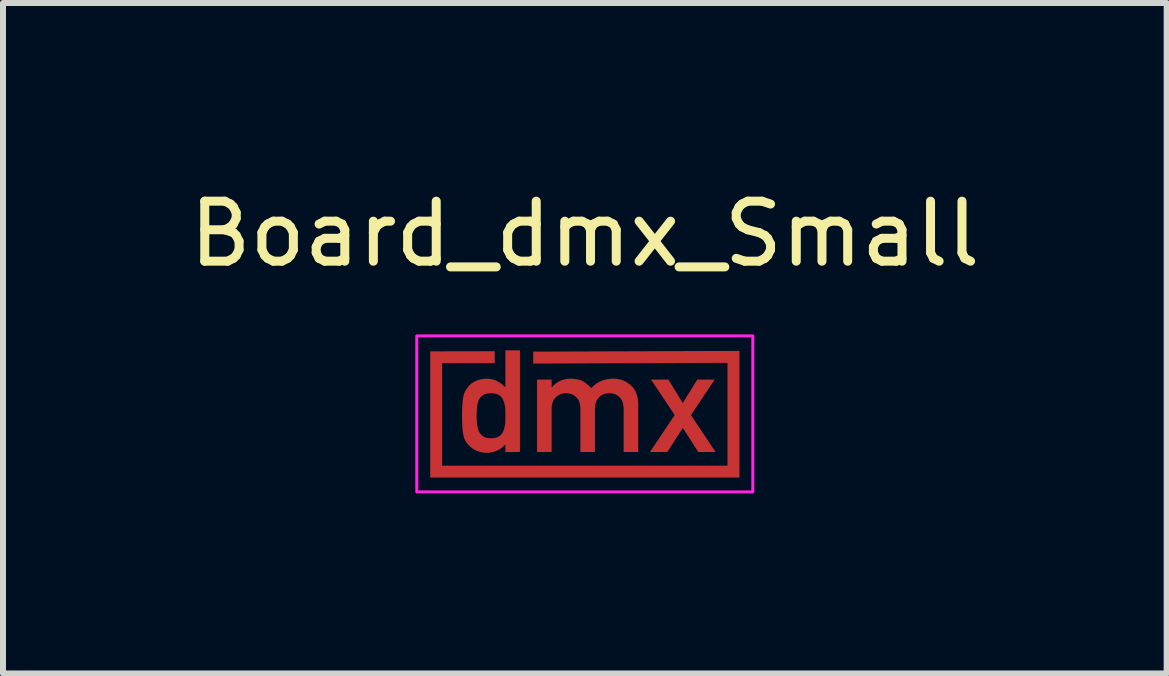
<source format=kicad_pcb>
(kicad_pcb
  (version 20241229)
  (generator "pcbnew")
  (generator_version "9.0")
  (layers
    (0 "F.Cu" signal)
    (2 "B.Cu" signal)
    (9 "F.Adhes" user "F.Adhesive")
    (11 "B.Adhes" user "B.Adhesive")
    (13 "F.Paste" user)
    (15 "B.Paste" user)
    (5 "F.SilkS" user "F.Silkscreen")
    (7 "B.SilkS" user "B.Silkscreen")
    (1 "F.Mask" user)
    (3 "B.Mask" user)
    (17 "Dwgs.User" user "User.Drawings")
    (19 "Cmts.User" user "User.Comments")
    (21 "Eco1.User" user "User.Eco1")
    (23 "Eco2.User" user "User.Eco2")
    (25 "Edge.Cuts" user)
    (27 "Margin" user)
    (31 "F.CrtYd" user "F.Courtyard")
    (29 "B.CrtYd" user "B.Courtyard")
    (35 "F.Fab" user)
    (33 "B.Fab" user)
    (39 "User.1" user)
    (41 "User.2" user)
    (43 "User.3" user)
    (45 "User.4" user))
  (footprint "Board_dmx_Small"
    (layer "F.Cu")
    (at 6.696 3.848)
    (property "Reference" "Board_dmx_Small" (at 0 -3 0) (unlocked yes) (layer "F.SilkS") (effects (font (size 1 1) (thickness 0.15))))
    (attr exclude_from_pos_files exclude_from_bom)
    (fp_poly (pts (xy 1.633 -0.181) (xy 1.874 -0.572) (xy 2.164 -0.572) (xy 1.769 0.019) (xy 2.18 0.635) (xy 1.891 0.635) (xy 1.633 0.233) (xy 1.376 0.635) (xy 1.085 0.635) (xy 1.498 0.019) (xy 1.103 -0.572) (xy 1.393 -0.572)) (stroke (width 0) (type solid)) (fill yes) (layer "F.Cu"))
    (fp_poly (pts (xy 2.577 1.06) (xy -2.577 1.06) (xy -2.577 -1.043) (xy -1.501 -1.045) (xy -1.501 -0.847) (xy -2.378 -0.845) (xy -2.378 0.862) (xy 2.378 0.862) (xy 2.378 -0.851) (xy -0.859 -0.839) (xy -0.86 -1.038) (xy 2.577 -1.05)) (stroke (width 0) (type solid)) (fill yes) (layer "F.Cu"))
    (fp_poly (pts (xy 0.506 -0.587) (xy 0.525 -0.585) (xy 0.543 -0.583) (xy 0.561 -0.58) (xy 0.579 -0.577) (xy 0.596 -0.572) (xy 0.614 -0.567) (xy 0.631 -0.561) (xy 0.648 -0.554) (xy 0.665 -0.546) (xy 0.682 -0.537) (xy 0.698 -0.527) (xy 0.714 -0.517) (xy 0.73 -0.506) (xy 0.746 -0.494) (xy 0.762 -0.481) (xy 0.777 -0.467) (xy 0.791 -0.453) (xy 0.804 -0.438) (xy 0.816 -0.421) (xy 0.827 -0.405) (xy 0.838 -0.387) (xy 0.847 -0.369) (xy 0.856 -0.349) (xy 0.863 -0.329) (xy 0.87 -0.308) (xy 0.875 -0.287) (xy 0.88 -0.264) (xy 0.884 -0.241) (xy 0.887 -0.217) (xy 0.889 -0.193) (xy 0.89 -0.167) (xy 0.89 0.635) (xy 0.647 0.635) (xy 0.647 -0.084) (xy 0.646 -0.099) (xy 0.646 -0.114) (xy 0.644 -0.129) (xy 0.643 -0.143) (xy 0.64 -0.157) (xy 0.637 -0.17) (xy 0.634 -0.183) (xy 0.63 -0.195) (xy 0.626 -0.207) (xy 0.621 -0.218) (xy 0.616 -0.229) (xy 0.61 -0.24) (xy 0.603 -0.249) (xy 0.596 -0.259) (xy 0.589 -0.268) (xy 0.581 -0.276) (xy 0.572 -0.285) (xy 0.563 -0.292) (xy 0.554 -0.299) (xy 0.545 -0.306) (xy 0.535 -0.312) (xy 0.525 -0.318) (xy 0.515 -0.323) (xy 0.505 -0.327) (xy 0.494 -0.331) (xy 0.483 -0.334) (xy 0.471 -0.337) (xy 0.459 -0.34) (xy 0.447 -0.342) (xy 0.435 -0.343) (xy 0.423 -0.344) (xy 0.41 -0.344) (xy 0.397 -0.344) (xy 0.384 -0.343) (xy 0.372 -0.342) (xy 0.36 -0.34) (xy 0.348 -0.337) (xy 0.336 -0.334) (xy 0.325 -0.331) (xy 0.314 -0.327) (xy 0.304 -0.323) (xy 0.293 -0.318) (xy 0.283 -0.312) (xy 0.274 -0.306) (xy 0.264 -0.299) (xy 0.255 -0.292) (xy 0.246 -0.285) (xy 0.238 -0.276) (xy 0.229 -0.268) (xy 0.222 -0.259) (xy 0.214 -0.249) (xy 0.208 -0.24) (xy 0.201 -0.229) (xy 0.196 -0.218) (xy 0.191 -0.207) (xy 0.186 -0.195) (xy 0.182 -0.183) (xy 0.179 -0.17) (xy 0.176 -0.157) (xy 0.173 -0.143) (xy 0.171 -0.129) (xy 0.17 -0.114) (xy 0.169 -0.099) (xy 0.169 -0.084) (xy 0.169 0.635) (xy -0.074 0.635) (xy -0.074 -0.084) (xy -0.074 -0.099) (xy -0.075 -0.114) (xy -0.076 -0.129) (xy -0.078 -0.143) (xy -0.08 -0.157) (xy -0.083 -0.17) (xy -0.087 -0.183) (xy -0.091 -0.195) (xy -0.095 -0.207) (xy -0.1 -0.218) (xy -0.105 -0.229) (xy -0.111 -0.24) (xy -0.118 -0.249) (xy -0.125 -0.259) (xy -0.132 -0.268) (xy -0.14 -0.276) (xy -0.149 -0.285) (xy -0.158 -0.292) (xy -0.167 -0.299) (xy -0.176 -0.306) (xy -0.186 -0.312) (xy -0.196 -0.318) (xy -0.206 -0.323) (xy -0.217 -0.327) (xy -0.228 -0.331) (xy -0.239 -0.334) (xy -0.251 -0.337) (xy -0.262 -0.34) (xy -0.274 -0.342) (xy -0.287 -0.343) (xy -0.299 -0.344) (xy -0.312 -0.344) (xy -0.325 -0.344) (xy -0.338 -0.343) (xy -0.35 -0.342) (xy -0.362 -0.34) (xy -0.374 -0.337) (xy -0.386 -0.334) (xy -0.397 -0.331) (xy -0.408 -0.327) (xy -0.418 -0.323) (xy -0.428 -0.318) (xy -0.438 -0.312) (xy -0.448 -0.306) (xy -0.457 -0.299) (xy -0.466 -0.292) (xy -0.475 -0.285) (xy -0.483 -0.276) (xy -0.492 -0.268) (xy -0.5 -0.259) (xy -0.507 -0.249) (xy -0.514 -0.24) (xy -0.52 -0.229) (xy -0.526 -0.218) (xy -0.531 -0.207) (xy -0.536 -0.195) (xy -0.54 -0.183) (xy -0.543 -0.17) (xy -0.546 -0.157) (xy -0.549 -0.143) (xy -0.551 -0.129) (xy -0.552 -0.114) (xy -0.553 -0.099) (xy -0.553 -0.084) (xy -0.553 0.635) (xy -0.796 0.635) (xy -0.796 -0.572) (xy -0.553 -0.572) (xy -0.553 -0.444) (xy -0.548 -0.444) (xy -0.533 -0.461) (xy -0.517 -0.478) (xy -0.501 -0.493) (xy -0.484 -0.507) (xy -0.466 -0.519) (xy -0.448 -0.531) (xy -0.429 -0.542) (xy -0.41 -0.551) (xy -0.39 -0.56) (xy -0.369 -0.567) (xy -0.348 -0.573) (xy -0.326 -0.578) (xy -0.304 -0.582) (xy -0.281 -0.585) (xy -0.258 -0.586) (xy -0.233 -0.587) (xy -0.218 -0.587) (xy -0.203 -0.586) (xy -0.188 -0.585) (xy -0.174 -0.583) (xy -0.16 -0.582) (xy -0.146 -0.58) (xy -0.133 -0.578) (xy -0.12 -0.575) (xy -0.108 -0.572) (xy -0.096 -0.569) (xy -0.084 -0.566) (xy -0.072 -0.562) (xy -0.062 -0.558) (xy -0.051 -0.554) (xy -0.041 -0.549) (xy -0.031 -0.544) (xy -0.022 -0.538) (xy -0.012 -0.532) (xy -0.003 -0.526) (xy 0.006 -0.52) (xy 0.015 -0.513) (xy 0.024 -0.506) (xy 0.033 -0.499) (xy 0.041 -0.492) (xy 0.05 -0.485) (xy 0.058 -0.478) (xy 0.067 -0.47) (xy 0.075 -0.462) (xy 0.083 -0.454) (xy 0.091 -0.446) (xy 0.1 -0.437) (xy 0.107 -0.429) (xy 0.126 -0.448) (xy 0.144 -0.466) (xy 0.164 -0.483) (xy 0.184 -0.499) (xy 0.205 -0.513) (xy 0.227 -0.526) (xy 0.25 -0.538) (xy 0.273 -0.549) (xy 0.297 -0.558) (xy 0.322 -0.566) (xy 0.348 -0.573) (xy 0.374 -0.578) (xy 0.401 -0.582) (xy 0.429 -0.585) (xy 0.458 -0.587) (xy 0.488 -0.587)) (stroke (width 0) (type solid)) (fill yes) (layer "F.Cu"))
    (fp_poly (pts (xy -1.081 0.635) (xy -1.324 0.635) (xy -1.324 0.508) (xy -1.339 0.525) (xy -1.355 0.54) (xy -1.371 0.555) (xy -1.388 0.568) (xy -1.406 0.58) (xy -1.424 0.592) (xy -1.443 0.602) (xy -1.462 0.611) (xy -1.482 0.62) (xy -1.502 0.627) (xy -1.523 0.633) (xy -1.545 0.638) (xy -1.567 0.643) (xy -1.59 0.646) (xy -1.613 0.648) (xy -1.637 0.649) (xy -1.65 0.648) (xy -1.664 0.648) (xy -1.677 0.647) (xy -1.69 0.645) (xy -1.702 0.643) (xy -1.714 0.641) (xy -1.726 0.639) (xy -1.738 0.636) (xy -1.75 0.633) (xy -1.761 0.63) (xy -1.772 0.627) (xy -1.783 0.623) (xy -1.794 0.618) (xy -1.804 0.614) (xy -1.814 0.609) (xy -1.824 0.604) (xy -1.834 0.598) (xy -1.844 0.593) (xy -1.854 0.587) (xy -1.863 0.581) (xy -1.872 0.575) (xy -1.881 0.568) (xy -1.89 0.562) (xy -1.899 0.555) (xy -1.907 0.548) (xy -1.915 0.541) (xy -1.923 0.533) (xy -1.931 0.525) (xy -1.939 0.517) (xy -1.946 0.509) (xy -1.953 0.501) (xy -1.96 0.492) (xy -1.966 0.485) (xy -1.972 0.477) (xy -1.978 0.469) (xy -1.983 0.461) (xy -1.988 0.452) (xy -1.993 0.444) (xy -1.997 0.434) (xy -2.002 0.425) (xy -2.006 0.415) (xy -2.009 0.405) (xy -2.013 0.394) (xy -2.016 0.384) (xy -2.019 0.373) (xy -2.022 0.361) (xy -2.024 0.35) (xy -2.026 0.338) (xy -2.031 0.312) (xy -2.035 0.283) (xy -2.038 0.251) (xy -2.041 0.214) (xy -2.043 0.174) (xy -2.045 0.13) (xy -2.046 0.082) (xy -2.046 0.031) (xy -1.803 0.031) (xy -1.803 0.048) (xy -1.803 0.065) (xy -1.802 0.081) (xy -1.801 0.098) (xy -1.8 0.115) (xy -1.799 0.131) (xy -1.798 0.148) (xy -1.796 0.164) (xy -1.794 0.181) (xy -1.792 0.198) (xy -1.789 0.214) (xy -1.785 0.229) (xy -1.781 0.244) (xy -1.777 0.259) (xy -1.772 0.274) (xy -1.767 0.288) (xy -1.764 0.294) (xy -1.761 0.3) (xy -1.757 0.306) (xy -1.754 0.312) (xy -1.75 0.318) (xy -1.746 0.324) (xy -1.742 0.33) (xy -1.737 0.335) (xy -1.732 0.34) (xy -1.727 0.345) (xy -1.722 0.351) (xy -1.717 0.355) (xy -1.712 0.36) (xy -1.706 0.365) (xy -1.7 0.369) (xy -1.694 0.373) (xy -1.688 0.377) (xy -1.682 0.381) (xy -1.675 0.384) (xy -1.669 0.388) (xy -1.661 0.391) (xy -1.654 0.393) (xy -1.646 0.396) (xy -1.638 0.398) (xy -1.63 0.4) (xy -1.621 0.401) (xy -1.612 0.403) (xy -1.603 0.404) (xy -1.593 0.405) (xy -1.583 0.405) (xy -1.573 0.406) (xy -1.562 0.406) (xy -1.552 0.406) (xy -1.541 0.405) (xy -1.531 0.405) (xy -1.521 0.404) (xy -1.512 0.403) (xy -1.503 0.401) (xy -1.494 0.399) (xy -1.485 0.397) (xy -1.477 0.395) (xy -1.469 0.392) (xy -1.461 0.39) (xy -1.453 0.386) (xy -1.446 0.383) (xy -1.439 0.379) (xy -1.433 0.375) (xy -1.426 0.371) (xy -1.42 0.367) (xy -1.414 0.362) (xy -1.409 0.358) (xy -1.403 0.353) (xy -1.398 0.348) (xy -1.393 0.343) (xy -1.389 0.338) (xy -1.384 0.332) (xy -1.38 0.327) (xy -1.376 0.321) (xy -1.372 0.315) (xy -1.369 0.309) (xy -1.366 0.303) (xy -1.363 0.296) (xy -1.36 0.29) (xy -1.358 0.283) (xy -1.352 0.269) (xy -1.347 0.255) (xy -1.342 0.24) (xy -1.338 0.225) (xy -1.335 0.209) (xy -1.331 0.193) (xy -1.329 0.177) (xy -1.326 0.161) (xy -1.325 0.128) (xy -1.325 0.095) (xy -1.324 0.063) (xy -1.324 0.031) (xy -1.324 -0.004) (xy -1.325 -0.038) (xy -1.325 -0.071) (xy -1.326 -0.103) (xy -1.329 -0.119) (xy -1.331 -0.135) (xy -1.335 -0.15) (xy -1.338 -0.165) (xy -1.342 -0.18) (xy -1.347 -0.194) (xy -1.352 -0.208) (xy -1.358 -0.222) (xy -1.36 -0.229) (xy -1.363 -0.235) (xy -1.366 -0.242) (xy -1.369 -0.248) (xy -1.372 -0.254) (xy -1.376 -0.26) (xy -1.38 -0.266) (xy -1.384 -0.271) (xy -1.389 -0.277) (xy -1.393 -0.282) (xy -1.398 -0.287) (xy -1.403 -0.292) (xy -1.409 -0.297) (xy -1.414 -0.302) (xy -1.42 -0.306) (xy -1.426 -0.31) (xy -1.433 -0.314) (xy -1.439 -0.318) (xy -1.446 -0.322) (xy -1.453 -0.325) (xy -1.461 -0.328) (xy -1.469 -0.331) (xy -1.477 -0.333) (xy -1.485 -0.336) (xy -1.494 -0.338) (xy -1.503 -0.339) (xy -1.512 -0.341) (xy -1.521 -0.342) (xy -1.531 -0.343) (xy -1.541 -0.343) (xy -1.552 -0.344) (xy -1.562 -0.344) (xy -1.573 -0.344) (xy -1.583 -0.344) (xy -1.593 -0.343) (xy -1.603 -0.342) (xy -1.612 -0.341) (xy -1.621 -0.34) (xy -1.63 -0.338) (xy -1.638 -0.337) (xy -1.646 -0.335) (xy -1.654 -0.333) (xy -1.661 -0.33) (xy -1.669 -0.328) (xy -1.675 -0.325) (xy -1.682 -0.322) (xy -1.688 -0.318) (xy -1.694 -0.315) (xy -1.7 -0.311) (xy -1.706 -0.307) (xy -1.712 -0.302) (xy -1.717 -0.298) (xy -1.722 -0.293) (xy -1.727 -0.288) (xy -1.732 -0.283) (xy -1.737 -0.278) (xy -1.742 -0.272) (xy -1.746 -0.266) (xy -1.75 -0.261) (xy -1.754 -0.255) (xy -1.757 -0.248) (xy -1.761 -0.242) (xy -1.764 -0.236) (xy -1.767 -0.229) (xy -1.772 -0.215) (xy -1.777 -0.201) (xy -1.781 -0.187) (xy -1.785 -0.172) (xy -1.789 -0.157) (xy -1.792 -0.142) (xy -1.794 -0.126) (xy -1.796 -0.11) (xy -1.798 -0.093) (xy -1.799 -0.076) (xy -1.8 -0.058) (xy -1.801 -0.041) (xy -1.802 -0.023) (xy -1.803 -0.005) (xy -1.803 0.013) (xy -1.803 0.031) (xy -2.046 0.031) (xy -2.046 -0.022) (xy -2.045 -0.07) (xy -2.043 -0.115) (xy -2.041 -0.155) (xy -2.038 -0.192) (xy -2.035 -0.225) (xy -2.031 -0.254) (xy -2.029 -0.267) (xy -2.026 -0.279) (xy -2.024 -0.29) (xy -2.022 -0.302) (xy -2.019 -0.312) (xy -2.016 -0.323) (xy -2.013 -0.333) (xy -2.009 -0.344) (xy -2.006 -0.353) (xy -2.002 -0.363) (xy -1.997 -0.372) (xy -1.993 -0.381) (xy -1.988 -0.39) (xy -1.983 -0.398) (xy -1.978 -0.406) (xy -1.972 -0.414) (xy -1.966 -0.422) (xy -1.96 -0.429) (xy -1.947 -0.447) (xy -1.933 -0.465) (xy -1.917 -0.481) (xy -1.901 -0.496) (xy -1.884 -0.51) (xy -1.866 -0.522) (xy -1.848 -0.534) (xy -1.828 -0.544) (xy -1.807 -0.554) (xy -1.786 -0.562) (xy -1.763 -0.569) (xy -1.74 -0.575) (xy -1.715 -0.58) (xy -1.69 -0.583) (xy -1.664 -0.586) (xy -1.637 -0.587) (xy -1.625 -0.587) (xy -1.614 -0.586) (xy -1.602 -0.586) (xy -1.591 -0.585) (xy -1.58 -0.583) (xy -1.569 -0.582) (xy -1.558 -0.58) (xy -1.547 -0.577) (xy -1.536 -0.575) (xy -1.526 -0.572) (xy -1.515 -0.569) (xy -1.505 -0.565) (xy -1.495 -0.562) (xy -1.484 -0.558) (xy -1.474 -0.553) (xy -1.464 -0.549) (xy -1.446 -0.538) (xy -1.428 -0.527) (xy -1.41 -0.515) (xy -1.393 -0.502) (xy -1.375 -0.489) (xy -1.358 -0.474) (xy -1.341 -0.46) (xy -1.324 -0.444) (xy -1.324 -1.06) (xy -1.081 -1.06)) (stroke (width 0) (type solid)) (fill yes) (layer "F.Cu"))
    (fp_poly (pts (xy 1.633 -0.181) (xy 1.874 -0.572) (xy 2.164 -0.572) (xy 1.769 0.019) (xy 2.18 0.635) (xy 1.891 0.635) (xy 1.633 0.233) (xy 1.376 0.635) (xy 1.085 0.635) (xy 1.498 0.019) (xy 1.103 -0.572) (xy 1.393 -0.572)) (stroke (width 0) (type solid)) (fill yes) (layer "F.Mask"))
    (fp_poly (pts (xy 2.577 1.06) (xy -2.577 1.06) (xy -2.577 -1.043) (xy -1.501 -1.045) (xy -1.501 -0.847) (xy -2.378 -0.845) (xy -2.378 0.862) (xy 2.378 0.862) (xy 2.378 -0.851) (xy -0.859 -0.839) (xy -0.86 -1.038) (xy 2.577 -1.05)) (stroke (width 0) (type solid)) (fill yes) (layer "F.Mask"))
    (fp_poly (pts (xy 0.506 -0.587) (xy 0.525 -0.585) (xy 0.543 -0.583) (xy 0.561 -0.58) (xy 0.579 -0.577) (xy 0.596 -0.572) (xy 0.614 -0.567) (xy 0.631 -0.561) (xy 0.648 -0.554) (xy 0.665 -0.546) (xy 0.682 -0.537) (xy 0.698 -0.527) (xy 0.714 -0.517) (xy 0.73 -0.506) (xy 0.746 -0.494) (xy 0.762 -0.481) (xy 0.777 -0.467) (xy 0.791 -0.453) (xy 0.804 -0.438) (xy 0.816 -0.421) (xy 0.827 -0.405) (xy 0.838 -0.387) (xy 0.847 -0.369) (xy 0.856 -0.349) (xy 0.863 -0.329) (xy 0.87 -0.308) (xy 0.875 -0.287) (xy 0.88 -0.264) (xy 0.884 -0.241) (xy 0.887 -0.217) (xy 0.889 -0.193) (xy 0.89 -0.167) (xy 0.89 0.635) (xy 0.647 0.635) (xy 0.647 -0.084) (xy 0.646 -0.099) (xy 0.646 -0.114) (xy 0.644 -0.129) (xy 0.643 -0.143) (xy 0.64 -0.157) (xy 0.637 -0.17) (xy 0.634 -0.183) (xy 0.63 -0.195) (xy 0.626 -0.207) (xy 0.621 -0.218) (xy 0.616 -0.229) (xy 0.61 -0.24) (xy 0.603 -0.249) (xy 0.596 -0.259) (xy 0.589 -0.268) (xy 0.581 -0.276) (xy 0.572 -0.285) (xy 0.563 -0.292) (xy 0.554 -0.299) (xy 0.545 -0.306) (xy 0.535 -0.312) (xy 0.525 -0.318) (xy 0.515 -0.323) (xy 0.505 -0.327) (xy 0.494 -0.331) (xy 0.483 -0.334) (xy 0.471 -0.337) (xy 0.459 -0.34) (xy 0.447 -0.342) (xy 0.435 -0.343) (xy 0.423 -0.344) (xy 0.41 -0.344) (xy 0.397 -0.344) (xy 0.384 -0.343) (xy 0.372 -0.342) (xy 0.36 -0.34) (xy 0.348 -0.337) (xy 0.336 -0.334) (xy 0.325 -0.331) (xy 0.314 -0.327) (xy 0.304 -0.323) (xy 0.293 -0.318) (xy 0.283 -0.312) (xy 0.274 -0.306) (xy 0.264 -0.299) (xy 0.255 -0.292) (xy 0.246 -0.285) (xy 0.238 -0.276) (xy 0.229 -0.268) (xy 0.222 -0.259) (xy 0.214 -0.249) (xy 0.208 -0.24) (xy 0.201 -0.229) (xy 0.196 -0.218) (xy 0.191 -0.207) (xy 0.186 -0.195) (xy 0.182 -0.183) (xy 0.179 -0.17) (xy 0.176 -0.157) (xy 0.173 -0.143) (xy 0.171 -0.129) (xy 0.17 -0.114) (xy 0.169 -0.099) (xy 0.169 -0.084) (xy 0.169 0.635) (xy -0.074 0.635) (xy -0.074 -0.084) (xy -0.074 -0.099) (xy -0.075 -0.114) (xy -0.076 -0.129) (xy -0.078 -0.143) (xy -0.08 -0.157) (xy -0.083 -0.17) (xy -0.087 -0.183) (xy -0.091 -0.195) (xy -0.095 -0.207) (xy -0.1 -0.218) (xy -0.105 -0.229) (xy -0.111 -0.24) (xy -0.118 -0.249) (xy -0.125 -0.259) (xy -0.132 -0.268) (xy -0.14 -0.276) (xy -0.149 -0.285) (xy -0.158 -0.292) (xy -0.167 -0.299) (xy -0.176 -0.306) (xy -0.186 -0.312) (xy -0.196 -0.318) (xy -0.206 -0.323) (xy -0.217 -0.327) (xy -0.228 -0.331) (xy -0.239 -0.334) (xy -0.251 -0.337) (xy -0.262 -0.34) (xy -0.274 -0.342) (xy -0.287 -0.343) (xy -0.299 -0.344) (xy -0.312 -0.344) (xy -0.325 -0.344) (xy -0.338 -0.343) (xy -0.35 -0.342) (xy -0.362 -0.34) (xy -0.374 -0.337) (xy -0.386 -0.334) (xy -0.397 -0.331) (xy -0.408 -0.327) (xy -0.418 -0.323) (xy -0.428 -0.318) (xy -0.438 -0.312) (xy -0.448 -0.306) (xy -0.457 -0.299) (xy -0.466 -0.292) (xy -0.475 -0.285) (xy -0.483 -0.276) (xy -0.492 -0.268) (xy -0.5 -0.259) (xy -0.507 -0.249) (xy -0.514 -0.24) (xy -0.52 -0.229) (xy -0.526 -0.218) (xy -0.531 -0.207) (xy -0.536 -0.195) (xy -0.54 -0.183) (xy -0.543 -0.17) (xy -0.546 -0.157) (xy -0.549 -0.143) (xy -0.551 -0.129) (xy -0.552 -0.114) (xy -0.553 -0.099) (xy -0.553 -0.084) (xy -0.553 0.635) (xy -0.796 0.635) (xy -0.796 -0.572) (xy -0.553 -0.572) (xy -0.553 -0.444) (xy -0.548 -0.444) (xy -0.533 -0.461) (xy -0.517 -0.478) (xy -0.501 -0.493) (xy -0.484 -0.507) (xy -0.466 -0.519) (xy -0.448 -0.531) (xy -0.429 -0.542) (xy -0.41 -0.551) (xy -0.39 -0.56) (xy -0.369 -0.567) (xy -0.348 -0.573) (xy -0.326 -0.578) (xy -0.304 -0.582) (xy -0.281 -0.585) (xy -0.258 -0.586) (xy -0.233 -0.587) (xy -0.218 -0.587) (xy -0.203 -0.586) (xy -0.188 -0.585) (xy -0.174 -0.583) (xy -0.16 -0.582) (xy -0.146 -0.58) (xy -0.133 -0.578) (xy -0.12 -0.575) (xy -0.108 -0.572) (xy -0.096 -0.569) (xy -0.084 -0.566) (xy -0.072 -0.562) (xy -0.062 -0.558) (xy -0.051 -0.554) (xy -0.041 -0.549) (xy -0.031 -0.544) (xy -0.022 -0.538) (xy -0.012 -0.532) (xy -0.003 -0.526) (xy 0.006 -0.52) (xy 0.015 -0.513) (xy 0.024 -0.506) (xy 0.033 -0.499) (xy 0.041 -0.492) (xy 0.05 -0.485) (xy 0.058 -0.478) (xy 0.067 -0.47) (xy 0.075 -0.462) (xy 0.083 -0.454) (xy 0.091 -0.446) (xy 0.1 -0.437) (xy 0.107 -0.429) (xy 0.126 -0.448) (xy 0.144 -0.466) (xy 0.164 -0.483) (xy 0.184 -0.499) (xy 0.205 -0.513) (xy 0.227 -0.526) (xy 0.25 -0.538) (xy 0.273 -0.549) (xy 0.297 -0.558) (xy 0.322 -0.566) (xy 0.348 -0.573) (xy 0.374 -0.578) (xy 0.401 -0.582) (xy 0.429 -0.585) (xy 0.458 -0.587) (xy 0.488 -0.587)) (stroke (width 0) (type solid)) (fill yes) (layer "F.Mask"))
    (fp_poly (pts (xy -1.081 0.635) (xy -1.324 0.635) (xy -1.324 0.508) (xy -1.339 0.525) (xy -1.355 0.54) (xy -1.371 0.555) (xy -1.388 0.568) (xy -1.406 0.58) (xy -1.424 0.592) (xy -1.443 0.602) (xy -1.462 0.611) (xy -1.482 0.62) (xy -1.502 0.627) (xy -1.523 0.633) (xy -1.545 0.638) (xy -1.567 0.643) (xy -1.59 0.646) (xy -1.613 0.648) (xy -1.637 0.649) (xy -1.65 0.648) (xy -1.664 0.648) (xy -1.677 0.647) (xy -1.69 0.645) (xy -1.702 0.643) (xy -1.714 0.641) (xy -1.726 0.639) (xy -1.738 0.636) (xy -1.75 0.633) (xy -1.761 0.63) (xy -1.772 0.627) (xy -1.783 0.623) (xy -1.794 0.618) (xy -1.804 0.614) (xy -1.814 0.609) (xy -1.824 0.604) (xy -1.834 0.598) (xy -1.844 0.593) (xy -1.854 0.587) (xy -1.863 0.581) (xy -1.872 0.575) (xy -1.881 0.568) (xy -1.89 0.562) (xy -1.899 0.555) (xy -1.907 0.548) (xy -1.915 0.541) (xy -1.923 0.533) (xy -1.931 0.525) (xy -1.939 0.517) (xy -1.946 0.509) (xy -1.953 0.501) (xy -1.96 0.492) (xy -1.966 0.485) (xy -1.972 0.477) (xy -1.978 0.469) (xy -1.983 0.461) (xy -1.988 0.452) (xy -1.993 0.444) (xy -1.997 0.434) (xy -2.002 0.425) (xy -2.006 0.415) (xy -2.009 0.405) (xy -2.013 0.394) (xy -2.016 0.384) (xy -2.019 0.373) (xy -2.022 0.361) (xy -2.024 0.35) (xy -2.026 0.338) (xy -2.031 0.312) (xy -2.035 0.283) (xy -2.038 0.251) (xy -2.041 0.214) (xy -2.043 0.174) (xy -2.045 0.13) (xy -2.046 0.082) (xy -2.046 0.031) (xy -1.803 0.031) (xy -1.803 0.048) (xy -1.803 0.065) (xy -1.802 0.081) (xy -1.801 0.098) (xy -1.8 0.115) (xy -1.799 0.131) (xy -1.798 0.148) (xy -1.796 0.164) (xy -1.794 0.181) (xy -1.792 0.198) (xy -1.789 0.214) (xy -1.785 0.229) (xy -1.781 0.244) (xy -1.777 0.259) (xy -1.772 0.274) (xy -1.767 0.288) (xy -1.764 0.294) (xy -1.761 0.3) (xy -1.757 0.306) (xy -1.754 0.312) (xy -1.75 0.318) (xy -1.746 0.324) (xy -1.742 0.33) (xy -1.737 0.335) (xy -1.732 0.34) (xy -1.727 0.345) (xy -1.722 0.351) (xy -1.717 0.355) (xy -1.712 0.36) (xy -1.706 0.365) (xy -1.7 0.369) (xy -1.694 0.373) (xy -1.688 0.377) (xy -1.682 0.381) (xy -1.675 0.384) (xy -1.669 0.388) (xy -1.661 0.391) (xy -1.654 0.393) (xy -1.646 0.396) (xy -1.638 0.398) (xy -1.63 0.4) (xy -1.621 0.401) (xy -1.612 0.403) (xy -1.603 0.404) (xy -1.593 0.405) (xy -1.583 0.405) (xy -1.573 0.406) (xy -1.562 0.406) (xy -1.552 0.406) (xy -1.541 0.405) (xy -1.531 0.405) (xy -1.521 0.404) (xy -1.512 0.403) (xy -1.503 0.401) (xy -1.494 0.399) (xy -1.485 0.397) (xy -1.477 0.395) (xy -1.469 0.392) (xy -1.461 0.39) (xy -1.453 0.386) (xy -1.446 0.383) (xy -1.439 0.379) (xy -1.433 0.375) (xy -1.426 0.371) (xy -1.42 0.367) (xy -1.414 0.362) (xy -1.409 0.358) (xy -1.403 0.353) (xy -1.398 0.348) (xy -1.393 0.343) (xy -1.389 0.338) (xy -1.384 0.332) (xy -1.38 0.327) (xy -1.376 0.321) (xy -1.372 0.315) (xy -1.369 0.309) (xy -1.366 0.303) (xy -1.363 0.296) (xy -1.36 0.29) (xy -1.358 0.283) (xy -1.352 0.269) (xy -1.347 0.255) (xy -1.342 0.24) (xy -1.338 0.225) (xy -1.335 0.209) (xy -1.331 0.193) (xy -1.329 0.177) (xy -1.326 0.161) (xy -1.325 0.128) (xy -1.325 0.095) (xy -1.324 0.063) (xy -1.324 0.031) (xy -1.324 -0.004) (xy -1.325 -0.038) (xy -1.325 -0.071) (xy -1.326 -0.103) (xy -1.329 -0.119) (xy -1.331 -0.135) (xy -1.335 -0.15) (xy -1.338 -0.165) (xy -1.342 -0.18) (xy -1.347 -0.194) (xy -1.352 -0.208) (xy -1.358 -0.222) (xy -1.36 -0.229) (xy -1.363 -0.235) (xy -1.366 -0.242) (xy -1.369 -0.248) (xy -1.372 -0.254) (xy -1.376 -0.26) (xy -1.38 -0.266) (xy -1.384 -0.271) (xy -1.389 -0.277) (xy -1.393 -0.282) (xy -1.398 -0.287) (xy -1.403 -0.292) (xy -1.409 -0.297) (xy -1.414 -0.302) (xy -1.42 -0.306) (xy -1.426 -0.31) (xy -1.433 -0.314) (xy -1.439 -0.318) (xy -1.446 -0.322) (xy -1.453 -0.325) (xy -1.461 -0.328) (xy -1.469 -0.331) (xy -1.477 -0.333) (xy -1.485 -0.336) (xy -1.494 -0.338) (xy -1.503 -0.339) (xy -1.512 -0.341) (xy -1.521 -0.342) (xy -1.531 -0.343) (xy -1.541 -0.343) (xy -1.552 -0.344) (xy -1.562 -0.344) (xy -1.573 -0.344) (xy -1.583 -0.344) (xy -1.593 -0.343) (xy -1.603 -0.342) (xy -1.612 -0.341) (xy -1.621 -0.34) (xy -1.63 -0.338) (xy -1.638 -0.337) (xy -1.646 -0.335) (xy -1.654 -0.333) (xy -1.661 -0.33) (xy -1.669 -0.328) (xy -1.675 -0.325) (xy -1.682 -0.322) (xy -1.688 -0.318) (xy -1.694 -0.315) (xy -1.7 -0.311) (xy -1.706 -0.307) (xy -1.712 -0.302) (xy -1.717 -0.298) (xy -1.722 -0.293) (xy -1.727 -0.288) (xy -1.732 -0.283) (xy -1.737 -0.278) (xy -1.742 -0.272) (xy -1.746 -0.266) (xy -1.75 -0.261) (xy -1.754 -0.255) (xy -1.757 -0.248) (xy -1.761 -0.242) (xy -1.764 -0.236) (xy -1.767 -0.229) (xy -1.772 -0.215) (xy -1.777 -0.201) (xy -1.781 -0.187) (xy -1.785 -0.172) (xy -1.789 -0.157) (xy -1.792 -0.142) (xy -1.794 -0.126) (xy -1.796 -0.11) (xy -1.798 -0.093) (xy -1.799 -0.076) (xy -1.8 -0.058) (xy -1.801 -0.041) (xy -1.802 -0.023) (xy -1.803 -0.005) (xy -1.803 0.013) (xy -1.803 0.031) (xy -2.046 0.031) (xy -2.046 -0.022) (xy -2.045 -0.07) (xy -2.043 -0.115) (xy -2.041 -0.155) (xy -2.038 -0.192) (xy -2.035 -0.225) (xy -2.031 -0.254) (xy -2.029 -0.267) (xy -2.026 -0.279) (xy -2.024 -0.29) (xy -2.022 -0.302) (xy -2.019 -0.312) (xy -2.016 -0.323) (xy -2.013 -0.333) (xy -2.009 -0.344) (xy -2.006 -0.353) (xy -2.002 -0.363) (xy -1.997 -0.372) (xy -1.993 -0.381) (xy -1.988 -0.39) (xy -1.983 -0.398) (xy -1.978 -0.406) (xy -1.972 -0.414) (xy -1.966 -0.422) (xy -1.96 -0.429) (xy -1.947 -0.447) (xy -1.933 -0.465) (xy -1.917 -0.481) (xy -1.901 -0.496) (xy -1.884 -0.51) (xy -1.866 -0.522) (xy -1.848 -0.534) (xy -1.828 -0.544) (xy -1.807 -0.554) (xy -1.786 -0.562) (xy -1.763 -0.569) (xy -1.74 -0.575) (xy -1.715 -0.58) (xy -1.69 -0.583) (xy -1.664 -0.586) (xy -1.637 -0.587) (xy -1.625 -0.587) (xy -1.614 -0.586) (xy -1.602 -0.586) (xy -1.591 -0.585) (xy -1.58 -0.583) (xy -1.569 -0.582) (xy -1.558 -0.58) (xy -1.547 -0.577) (xy -1.536 -0.575) (xy -1.526 -0.572) (xy -1.515 -0.569) (xy -1.505 -0.565) (xy -1.495 -0.562) (xy -1.484 -0.558) (xy -1.474 -0.553) (xy -1.464 -0.549) (xy -1.446 -0.538) (xy -1.428 -0.527) (xy -1.41 -0.515) (xy -1.393 -0.502) (xy -1.375 -0.489) (xy -1.358 -0.474) (xy -1.341 -0.46) (xy -1.324 -0.444) (xy -1.324 -1.06) (xy -1.081 -1.06)) (stroke (width 0) (type solid)) (fill yes) (layer "F.Mask"))
    (fp_rect (start -2.8 -1.3) (end 2.8 1.3) (stroke (width 0.05) (type solid)) (fill no) (layer "F.CrtYd"))
    (zone (net_name "") (layer "F.Cu") (hatch edge 0.508) (connect_pads) (min_thickness 0.254) (filled_areas_thickness no) (keepout (tracks not_allowed) (vias not_allowed) (pads not_allowed) (copperpour not_allowed) (footprints not_allowed)) (placement (enabled no)) (fill) (polygon (pts (xy 9.368 5.028) (xy 4.021 5.028) (xy 4.021 2.7) (xy 9.368 2.7)))))
  (gr_rect
    (start -3 -3)
    (end 16.393 8.173)
    (stroke (width 0.1) (type default))
    (fill no)
    (layer "Edge.Cuts")))
</source>
